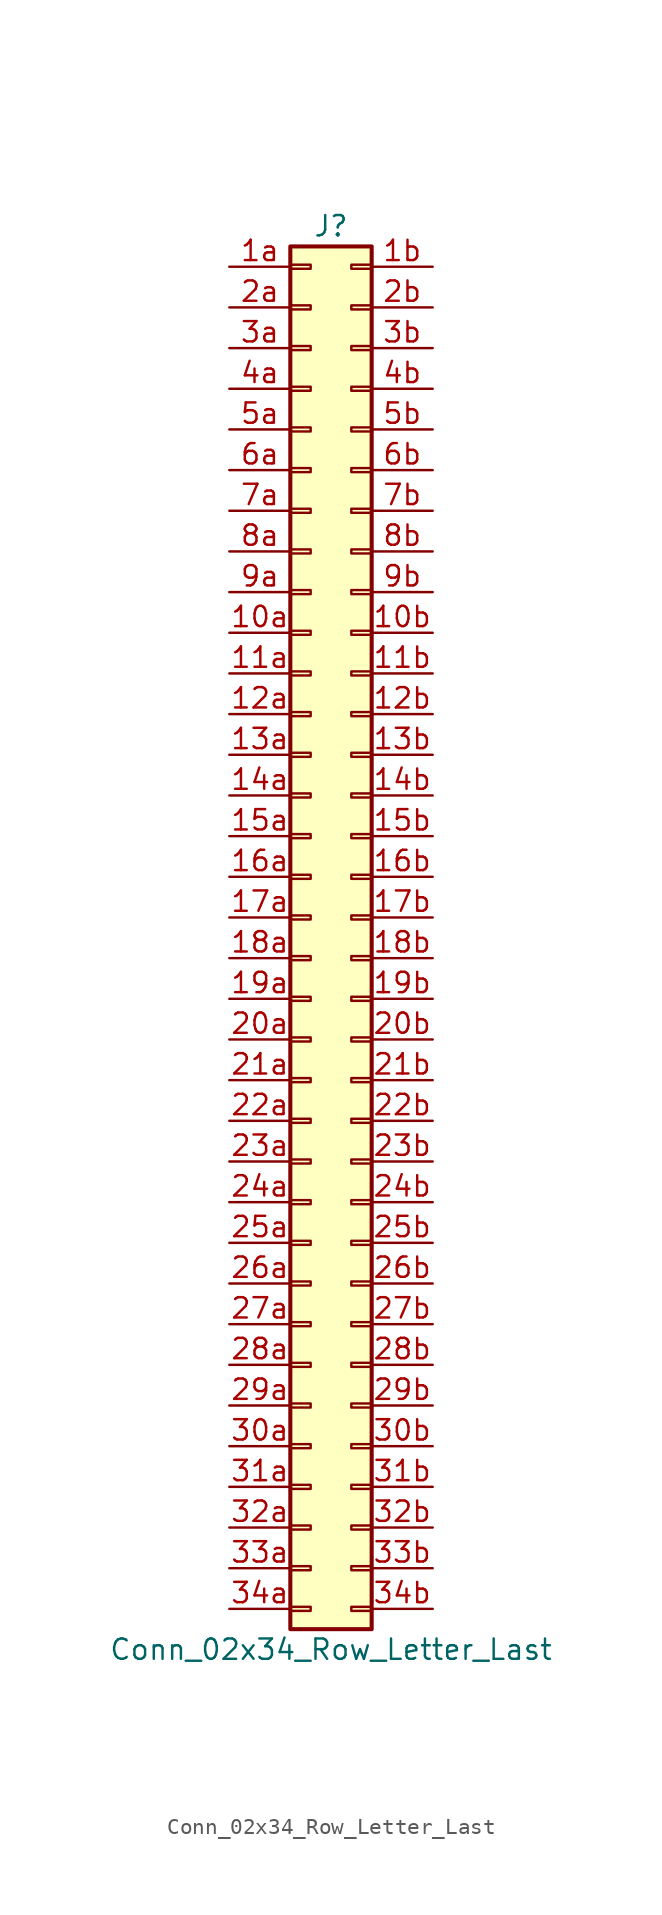
<source format=kicad_sym>
(kicad_symbol_lib
  (version 20220914)
  (generator kicad_symbol_editor)
  (symbol "Conn_02x34_Row_Letter_Last"
    (pin_names
      (offset 1.016) hide)
    (property "Reference" "J"
      (at 1.27 43.18 0)
      (effects (font (size 1.27 1.27))))
    (property "Value" "Conn_02x34_Row_Letter_Last"
      (at 1.27 -45.72 0)
      (effects (font (size 1.27 1.27))))
    (symbol "Conn_02x34_Row_Letter_Last_1_1"
      (rectangle (start -1.27 -43.053) (end 0 -43.307) (stroke (width 0.152) (type solid)) (fill (type none)))
      (rectangle (start -1.27 -40.513) (end 0 -40.767) (stroke (width 0.152) (type solid)) (fill (type none)))
      (rectangle (start -1.27 -37.973) (end 0 -38.227) (stroke (width 0.152) (type solid)) (fill (type none)))
      (rectangle (start -1.27 -35.433) (end 0 -35.687) (stroke (width 0.152) (type solid)) (fill (type none)))
      (rectangle (start -1.27 -32.893) (end 0 -33.147) (stroke (width 0.152) (type solid)) (fill (type none)))
      (rectangle (start -1.27 -30.353) (end 0 -30.607) (stroke (width 0.152) (type solid)) (fill (type none)))
      (rectangle (start -1.27 -27.813) (end 0 -28.067) (stroke (width 0.152) (type solid)) (fill (type none)))
      (rectangle (start -1.27 -25.273) (end 0 -25.527) (stroke (width 0.152) (type solid)) (fill (type none)))
      (rectangle (start -1.27 -22.733) (end 0 -22.987) (stroke (width 0.152) (type solid)) (fill (type none)))
      (rectangle (start -1.27 -20.193) (end 0 -20.447) (stroke (width 0.152) (type solid)) (fill (type none)))
      (rectangle (start -1.27 -17.653) (end 0 -17.907) (stroke (width 0.152) (type solid)) (fill (type none)))
      (rectangle (start -1.27 -15.113) (end 0 -15.367) (stroke (width 0.152) (type solid)) (fill (type none)))
      (rectangle (start -1.27 -12.573) (end 0 -12.827) (stroke (width 0.152) (type solid)) (fill (type none)))
      (rectangle (start -1.27 -10.033) (end 0 -10.287) (stroke (width 0.152) (type solid)) (fill (type none)))
      (rectangle (start -1.27 -7.493) (end 0 -7.747) (stroke (width 0.152) (type solid)) (fill (type none)))
      (rectangle (start -1.27 -4.953) (end 0 -5.207) (stroke (width 0.152) (type solid)) (fill (type none)))
      (rectangle (start -1.27 -2.413) (end 0 -2.667) (stroke (width 0.152) (type solid)) (fill (type none)))
      (rectangle (start -1.27 0.127) (end 0 -0.127) (stroke (width 0.152) (type solid)) (fill (type none)))
      (rectangle (start -1.27 2.667) (end 0 2.413) (stroke (width 0.152) (type solid)) (fill (type none)))
      (rectangle (start -1.27 5.207) (end 0 4.953) (stroke (width 0.152) (type solid)) (fill (type none)))
      (rectangle (start -1.27 7.747) (end 0 7.493) (stroke (width 0.152) (type solid)) (fill (type none)))
      (rectangle (start -1.27 10.287) (end 0 10.033) (stroke (width 0.152) (type solid)) (fill (type none)))
      (rectangle (start -1.27 12.827) (end 0 12.573) (stroke (width 0.152) (type solid)) (fill (type none)))
      (rectangle (start -1.27 15.367) (end 0 15.113) (stroke (width 0.152) (type solid)) (fill (type none)))
      (rectangle (start -1.27 17.907) (end 0 17.653) (stroke (width 0.152) (type solid)) (fill (type none)))
      (rectangle (start -1.27 20.447) (end 0 20.193) (stroke (width 0.152) (type solid)) (fill (type none)))
      (rectangle (start -1.27 22.987) (end 0 22.733) (stroke (width 0.152) (type solid)) (fill (type none)))
      (rectangle (start -1.27 25.527) (end 0 25.273) (stroke (width 0.152) (type solid)) (fill (type none)))
      (rectangle (start -1.27 28.067) (end 0 27.813) (stroke (width 0.152) (type solid)) (fill (type none)))
      (rectangle (start -1.27 30.607) (end 0 30.353) (stroke (width 0.152) (type solid)) (fill (type none)))
      (rectangle (start -1.27 33.147) (end 0 32.893) (stroke (width 0.152) (type solid)) (fill (type none)))
      (rectangle (start -1.27 35.687) (end 0 35.433) (stroke (width 0.152) (type solid)) (fill (type none)))
      (rectangle (start -1.27 38.227) (end 0 37.973) (stroke (width 0.152) (type solid)) (fill (type none)))
      (rectangle (start -1.27 40.767) (end 0 40.513) (stroke (width 0.152) (type solid)) (fill (type none)))
      (rectangle (start -1.27 41.91) (end 3.81 -44.45) (stroke (width 0.254) (type solid)) (fill (type background)))
      (rectangle (start 3.81 -43.053) (end 2.54 -43.307) (stroke (width 0.152) (type solid)) (fill (type none)))
      (rectangle (start 3.81 -40.513) (end 2.54 -40.767) (stroke (width 0.152) (type solid)) (fill (type none)))
      (rectangle (start 3.81 -37.973) (end 2.54 -38.227) (stroke (width 0.152) (type solid)) (fill (type none)))
      (rectangle (start 3.81 -35.433) (end 2.54 -35.687) (stroke (width 0.152) (type solid)) (fill (type none)))
      (rectangle (start 3.81 -32.893) (end 2.54 -33.147) (stroke (width 0.152) (type solid)) (fill (type none)))
      (rectangle (start 3.81 -30.353) (end 2.54 -30.607) (stroke (width 0.152) (type solid)) (fill (type none)))
      (rectangle (start 3.81 -27.813) (end 2.54 -28.067) (stroke (width 0.152) (type solid)) (fill (type none)))
      (rectangle (start 3.81 -25.273) (end 2.54 -25.527) (stroke (width 0.152) (type solid)) (fill (type none)))
      (rectangle (start 3.81 -22.733) (end 2.54 -22.987) (stroke (width 0.152) (type solid)) (fill (type none)))
      (rectangle (start 3.81 -20.193) (end 2.54 -20.447) (stroke (width 0.152) (type solid)) (fill (type none)))
      (rectangle (start 3.81 -17.653) (end 2.54 -17.907) (stroke (width 0.152) (type solid)) (fill (type none)))
      (rectangle (start 3.81 -15.113) (end 2.54 -15.367) (stroke (width 0.152) (type solid)) (fill (type none)))
      (rectangle (start 3.81 -12.573) (end 2.54 -12.827) (stroke (width 0.152) (type solid)) (fill (type none)))
      (rectangle (start 3.81 -10.033) (end 2.54 -10.287) (stroke (width 0.152) (type solid)) (fill (type none)))
      (rectangle (start 3.81 -7.493) (end 2.54 -7.747) (stroke (width 0.152) (type solid)) (fill (type none)))
      (rectangle (start 3.81 -4.953) (end 2.54 -5.207) (stroke (width 0.152) (type solid)) (fill (type none)))
      (rectangle (start 3.81 -2.413) (end 2.54 -2.667) (stroke (width 0.152) (type solid)) (fill (type none)))
      (rectangle (start 3.81 0.127) (end 2.54 -0.127) (stroke (width 0.152) (type solid)) (fill (type none)))
      (rectangle (start 3.81 2.667) (end 2.54 2.413) (stroke (width 0.152) (type solid)) (fill (type none)))
      (rectangle (start 3.81 5.207) (end 2.54 4.953) (stroke (width 0.152) (type solid)) (fill (type none)))
      (rectangle (start 3.81 7.747) (end 2.54 7.493) (stroke (width 0.152) (type solid)) (fill (type none)))
      (rectangle (start 3.81 10.287) (end 2.54 10.033) (stroke (width 0.152) (type solid)) (fill (type none)))
      (rectangle (start 3.81 12.827) (end 2.54 12.573) (stroke (width 0.152) (type solid)) (fill (type none)))
      (rectangle (start 3.81 15.367) (end 2.54 15.113) (stroke (width 0.152) (type solid)) (fill (type none)))
      (rectangle (start 3.81 17.907) (end 2.54 17.653) (stroke (width 0.152) (type solid)) (fill (type none)))
      (rectangle (start 3.81 20.447) (end 2.54 20.193) (stroke (width 0.152) (type solid)) (fill (type none)))
      (rectangle (start 3.81 22.987) (end 2.54 22.733) (stroke (width 0.152) (type solid)) (fill (type none)))
      (rectangle (start 3.81 25.527) (end 2.54 25.273) (stroke (width 0.152) (type solid)) (fill (type none)))
      (rectangle (start 3.81 28.067) (end 2.54 27.813) (stroke (width 0.152) (type solid)) (fill (type none)))
      (rectangle (start 3.81 30.607) (end 2.54 30.353) (stroke (width 0.152) (type solid)) (fill (type none)))
      (rectangle (start 3.81 33.147) (end 2.54 32.893) (stroke (width 0.152) (type solid)) (fill (type none)))
      (rectangle (start 3.81 35.687) (end 2.54 35.433) (stroke (width 0.152) (type solid)) (fill (type none)))
      (rectangle (start 3.81 38.227) (end 2.54 37.973) (stroke (width 0.152) (type solid)) (fill (type none)))
      (rectangle (start 3.81 40.767) (end 2.54 40.513) (stroke (width 0.152) (type solid)) (fill (type none)))
      (pin passive line (at -5.08 17.78 0) (length 3.81) (name "Pin_10a" (effects (font (size 1.27 1.27)))) (number "10a" (effects (font (size 1.27 1.27)))))
      (pin passive line (at 7.62 17.78 180) (length 3.81) (name "Pin_10b" (effects (font (size 1.27 1.27)))) (number "10b" (effects (font (size 1.27 1.27)))))
      (pin passive line (at -5.08 15.24 0) (length 3.81) (name "Pin_11a" (effects (font (size 1.27 1.27)))) (number "11a" (effects (font (size 1.27 1.27)))))
      (pin passive line (at 7.62 15.24 180) (length 3.81) (name "Pin_11b" (effects (font (size 1.27 1.27)))) (number "11b" (effects (font (size 1.27 1.27)))))
      (pin passive line (at -5.08 12.7 0) (length 3.81) (name "Pin_12a" (effects (font (size 1.27 1.27)))) (number "12a" (effects (font (size 1.27 1.27)))))
      (pin passive line (at 7.62 12.7 180) (length 3.81) (name "Pin_12b" (effects (font (size 1.27 1.27)))) (number "12b" (effects (font (size 1.27 1.27)))))
      (pin passive line (at -5.08 10.16 0) (length 3.81) (name "Pin_13a" (effects (font (size 1.27 1.27)))) (number "13a" (effects (font (size 1.27 1.27)))))
      (pin passive line (at 7.62 10.16 180) (length 3.81) (name "Pin_13b" (effects (font (size 1.27 1.27)))) (number "13b" (effects (font (size 1.27 1.27)))))
      (pin passive line (at -5.08 7.62 0) (length 3.81) (name "Pin_14a" (effects (font (size 1.27 1.27)))) (number "14a" (effects (font (size 1.27 1.27)))))
      (pin passive line (at 7.62 7.62 180) (length 3.81) (name "Pin_14b" (effects (font (size 1.27 1.27)))) (number "14b" (effects (font (size 1.27 1.27)))))
      (pin passive line (at -5.08 5.08 0) (length 3.81) (name "Pin_15a" (effects (font (size 1.27 1.27)))) (number "15a" (effects (font (size 1.27 1.27)))))
      (pin passive line (at 7.62 5.08 180) (length 3.81) (name "Pin_15b" (effects (font (size 1.27 1.27)))) (number "15b" (effects (font (size 1.27 1.27)))))
      (pin passive line (at -5.08 2.54 0) (length 3.81) (name "Pin_16a" (effects (font (size 1.27 1.27)))) (number "16a" (effects (font (size 1.27 1.27)))))
      (pin passive line (at 7.62 2.54 180) (length 3.81) (name "Pin_16b" (effects (font (size 1.27 1.27)))) (number "16b" (effects (font (size 1.27 1.27)))))
      (pin passive line (at -5.08 0 0) (length 3.81) (name "Pin_17a" (effects (font (size 1.27 1.27)))) (number "17a" (effects (font (size 1.27 1.27)))))
      (pin passive line (at 7.62 0 180) (length 3.81) (name "Pin_17b" (effects (font (size 1.27 1.27)))) (number "17b" (effects (font (size 1.27 1.27)))))
      (pin passive line (at -5.08 -2.54 0) (length 3.81) (name "Pin_18a" (effects (font (size 1.27 1.27)))) (number "18a" (effects (font (size 1.27 1.27)))))
      (pin passive line (at 7.62 -2.54 180) (length 3.81) (name "Pin_18b" (effects (font (size 1.27 1.27)))) (number "18b" (effects (font (size 1.27 1.27)))))
      (pin passive line (at -5.08 -5.08 0) (length 3.81) (name "Pin_19a" (effects (font (size 1.27 1.27)))) (number "19a" (effects (font (size 1.27 1.27)))))
      (pin passive line (at 7.62 -5.08 180) (length 3.81) (name "Pin_19b" (effects (font (size 1.27 1.27)))) (number "19b" (effects (font (size 1.27 1.27)))))
      (pin passive line (at -5.08 40.64 0) (length 3.81) (name "Pin_1a" (effects (font (size 1.27 1.27)))) (number "1a" (effects (font (size 1.27 1.27)))))
      (pin passive line (at 7.62 40.64 180) (length 3.81) (name "Pin_1b" (effects (font (size 1.27 1.27)))) (number "1b" (effects (font (size 1.27 1.27)))))
      (pin passive line (at -5.08 -7.62 0) (length 3.81) (name "Pin_20a" (effects (font (size 1.27 1.27)))) (number "20a" (effects (font (size 1.27 1.27)))))
      (pin passive line (at 7.62 -7.62 180) (length 3.81) (name "Pin_20b" (effects (font (size 1.27 1.27)))) (number "20b" (effects (font (size 1.27 1.27)))))
      (pin passive line (at -5.08 -10.16 0) (length 3.81) (name "Pin_21a" (effects (font (size 1.27 1.27)))) (number "21a" (effects (font (size 1.27 1.27)))))
      (pin passive line (at 7.62 -10.16 180) (length 3.81) (name "Pin_21b" (effects (font (size 1.27 1.27)))) (number "21b" (effects (font (size 1.27 1.27)))))
      (pin passive line (at -5.08 -12.7 0) (length 3.81) (name "Pin_22a" (effects (font (size 1.27 1.27)))) (number "22a" (effects (font (size 1.27 1.27)))))
      (pin passive line (at 7.62 -12.7 180) (length 3.81) (name "Pin_22b" (effects (font (size 1.27 1.27)))) (number "22b" (effects (font (size 1.27 1.27)))))
      (pin passive line (at -5.08 -15.24 0) (length 3.81) (name "Pin_23a" (effects (font (size 1.27 1.27)))) (number "23a" (effects (font (size 1.27 1.27)))))
      (pin passive line (at 7.62 -15.24 180) (length 3.81) (name "Pin_23b" (effects (font (size 1.27 1.27)))) (number "23b" (effects (font (size 1.27 1.27)))))
      (pin passive line (at -5.08 -17.78 0) (length 3.81) (name "Pin_24a" (effects (font (size 1.27 1.27)))) (number "24a" (effects (font (size 1.27 1.27)))))
      (pin passive line (at 7.62 -17.78 180) (length 3.81) (name "Pin_24b" (effects (font (size 1.27 1.27)))) (number "24b" (effects (font (size 1.27 1.27)))))
      (pin passive line (at -5.08 -20.32 0) (length 3.81) (name "Pin_25a" (effects (font (size 1.27 1.27)))) (number "25a" (effects (font (size 1.27 1.27)))))
      (pin passive line (at 7.62 -20.32 180) (length 3.81) (name "Pin_25b" (effects (font (size 1.27 1.27)))) (number "25b" (effects (font (size 1.27 1.27)))))
      (pin passive line (at -5.08 -22.86 0) (length 3.81) (name "Pin_26a" (effects (font (size 1.27 1.27)))) (number "26a" (effects (font (size 1.27 1.27)))))
      (pin passive line (at 7.62 -22.86 180) (length 3.81) (name "Pin_26b" (effects (font (size 1.27 1.27)))) (number "26b" (effects (font (size 1.27 1.27)))))
      (pin passive line (at -5.08 -25.4 0) (length 3.81) (name "Pin_27a" (effects (font (size 1.27 1.27)))) (number "27a" (effects (font (size 1.27 1.27)))))
      (pin passive line (at 7.62 -25.4 180) (length 3.81) (name "Pin_27b" (effects (font (size 1.27 1.27)))) (number "27b" (effects (font (size 1.27 1.27)))))
      (pin passive line (at -5.08 -27.94 0) (length 3.81) (name "Pin_28a" (effects (font (size 1.27 1.27)))) (number "28a" (effects (font (size 1.27 1.27)))))
      (pin passive line (at 7.62 -27.94 180) (length 3.81) (name "Pin_28b" (effects (font (size 1.27 1.27)))) (number "28b" (effects (font (size 1.27 1.27)))))
      (pin passive line (at -5.08 -30.48 0) (length 3.81) (name "Pin_29a" (effects (font (size 1.27 1.27)))) (number "29a" (effects (font (size 1.27 1.27)))))
      (pin passive line (at 7.62 -30.48 180) (length 3.81) (name "Pin_29b" (effects (font (size 1.27 1.27)))) (number "29b" (effects (font (size 1.27 1.27)))))
      (pin passive line (at -5.08 38.1 0) (length 3.81) (name "Pin_2a" (effects (font (size 1.27 1.27)))) (number "2a" (effects (font (size 1.27 1.27)))))
      (pin passive line (at 7.62 38.1 180) (length 3.81) (name "Pin_2b" (effects (font (size 1.27 1.27)))) (number "2b" (effects (font (size 1.27 1.27)))))
      (pin passive line (at -5.08 -33.02 0) (length 3.81) (name "Pin_30a" (effects (font (size 1.27 1.27)))) (number "30a" (effects (font (size 1.27 1.27)))))
      (pin passive line (at 7.62 -33.02 180) (length 3.81) (name "Pin_30b" (effects (font (size 1.27 1.27)))) (number "30b" (effects (font (size 1.27 1.27)))))
      (pin passive line (at -5.08 -35.56 0) (length 3.81) (name "Pin_31a" (effects (font (size 1.27 1.27)))) (number "31a" (effects (font (size 1.27 1.27)))))
      (pin passive line (at 7.62 -35.56 180) (length 3.81) (name "Pin_31b" (effects (font (size 1.27 1.27)))) (number "31b" (effects (font (size 1.27 1.27)))))
      (pin passive line (at -5.08 -38.1 0) (length 3.81) (name "Pin_32a" (effects (font (size 1.27 1.27)))) (number "32a" (effects (font (size 1.27 1.27)))))
      (pin passive line (at 7.62 -38.1 180) (length 3.81) (name "Pin_32b" (effects (font (size 1.27 1.27)))) (number "32b" (effects (font (size 1.27 1.27)))))
      (pin passive line (at -5.08 -40.64 0) (length 3.81) (name "Pin_33a" (effects (font (size 1.27 1.27)))) (number "33a" (effects (font (size 1.27 1.27)))))
      (pin passive line (at 7.62 -40.64 180) (length 3.81) (name "Pin_33b" (effects (font (size 1.27 1.27)))) (number "33b" (effects (font (size 1.27 1.27)))))
      (pin passive line (at -5.08 -43.18 0) (length 3.81) (name "Pin_34a" (effects (font (size 1.27 1.27)))) (number "34a" (effects (font (size 1.27 1.27)))))
      (pin passive line (at 7.62 -43.18 180) (length 3.81) (name "Pin_34b" (effects (font (size 1.27 1.27)))) (number "34b" (effects (font (size 1.27 1.27)))))
      (pin passive line (at -5.08 35.56 0) (length 3.81) (name "Pin_3a" (effects (font (size 1.27 1.27)))) (number "3a" (effects (font (size 1.27 1.27)))))
      (pin passive line (at 7.62 35.56 180) (length 3.81) (name "Pin_3b" (effects (font (size 1.27 1.27)))) (number "3b" (effects (font (size 1.27 1.27)))))
      (pin passive line (at -5.08 33.02 0) (length 3.81) (name "Pin_4a" (effects (font (size 1.27 1.27)))) (number "4a" (effects (font (size 1.27 1.27)))))
      (pin passive line (at 7.62 33.02 180) (length 3.81) (name "Pin_4b" (effects (font (size 1.27 1.27)))) (number "4b" (effects (font (size 1.27 1.27)))))
      (pin passive line (at -5.08 30.48 0) (length 3.81) (name "Pin_5a" (effects (font (size 1.27 1.27)))) (number "5a" (effects (font (size 1.27 1.27)))))
      (pin passive line (at 7.62 30.48 180) (length 3.81) (name "Pin_5b" (effects (font (size 1.27 1.27)))) (number "5b" (effects (font (size 1.27 1.27)))))
      (pin passive line (at -5.08 27.94 0) (length 3.81) (name "Pin_6a" (effects (font (size 1.27 1.27)))) (number "6a" (effects (font (size 1.27 1.27)))))
      (pin passive line (at 7.62 27.94 180) (length 3.81) (name "Pin_6b" (effects (font (size 1.27 1.27)))) (number "6b" (effects (font (size 1.27 1.27)))))
      (pin passive line (at -5.08 25.4 0) (length 3.81) (name "Pin_7a" (effects (font (size 1.27 1.27)))) (number "7a" (effects (font (size 1.27 1.27)))))
      (pin passive line (at 7.62 25.4 180) (length 3.81) (name "Pin_7b" (effects (font (size 1.27 1.27)))) (number "7b" (effects (font (size 1.27 1.27)))))
      (pin passive line (at -5.08 22.86 0) (length 3.81) (name "Pin_8a" (effects (font (size 1.27 1.27)))) (number "8a" (effects (font (size 1.27 1.27)))))
      (pin passive line (at 7.62 22.86 180) (length 3.81) (name "Pin_8b" (effects (font (size 1.27 1.27)))) (number "8b" (effects (font (size 1.27 1.27)))))
      (pin passive line (at -5.08 20.32 0) (length 3.81) (name "Pin_9a" (effects (font (size 1.27 1.27)))) (number "9a" (effects (font (size 1.27 1.27)))))
      (pin passive line (at 7.62 20.32 180) (length 3.81) (name "Pin_9b" (effects (font (size 1.27 1.27)))) (number "9b" (effects (font (size 1.27 1.27))))))))
</source>
